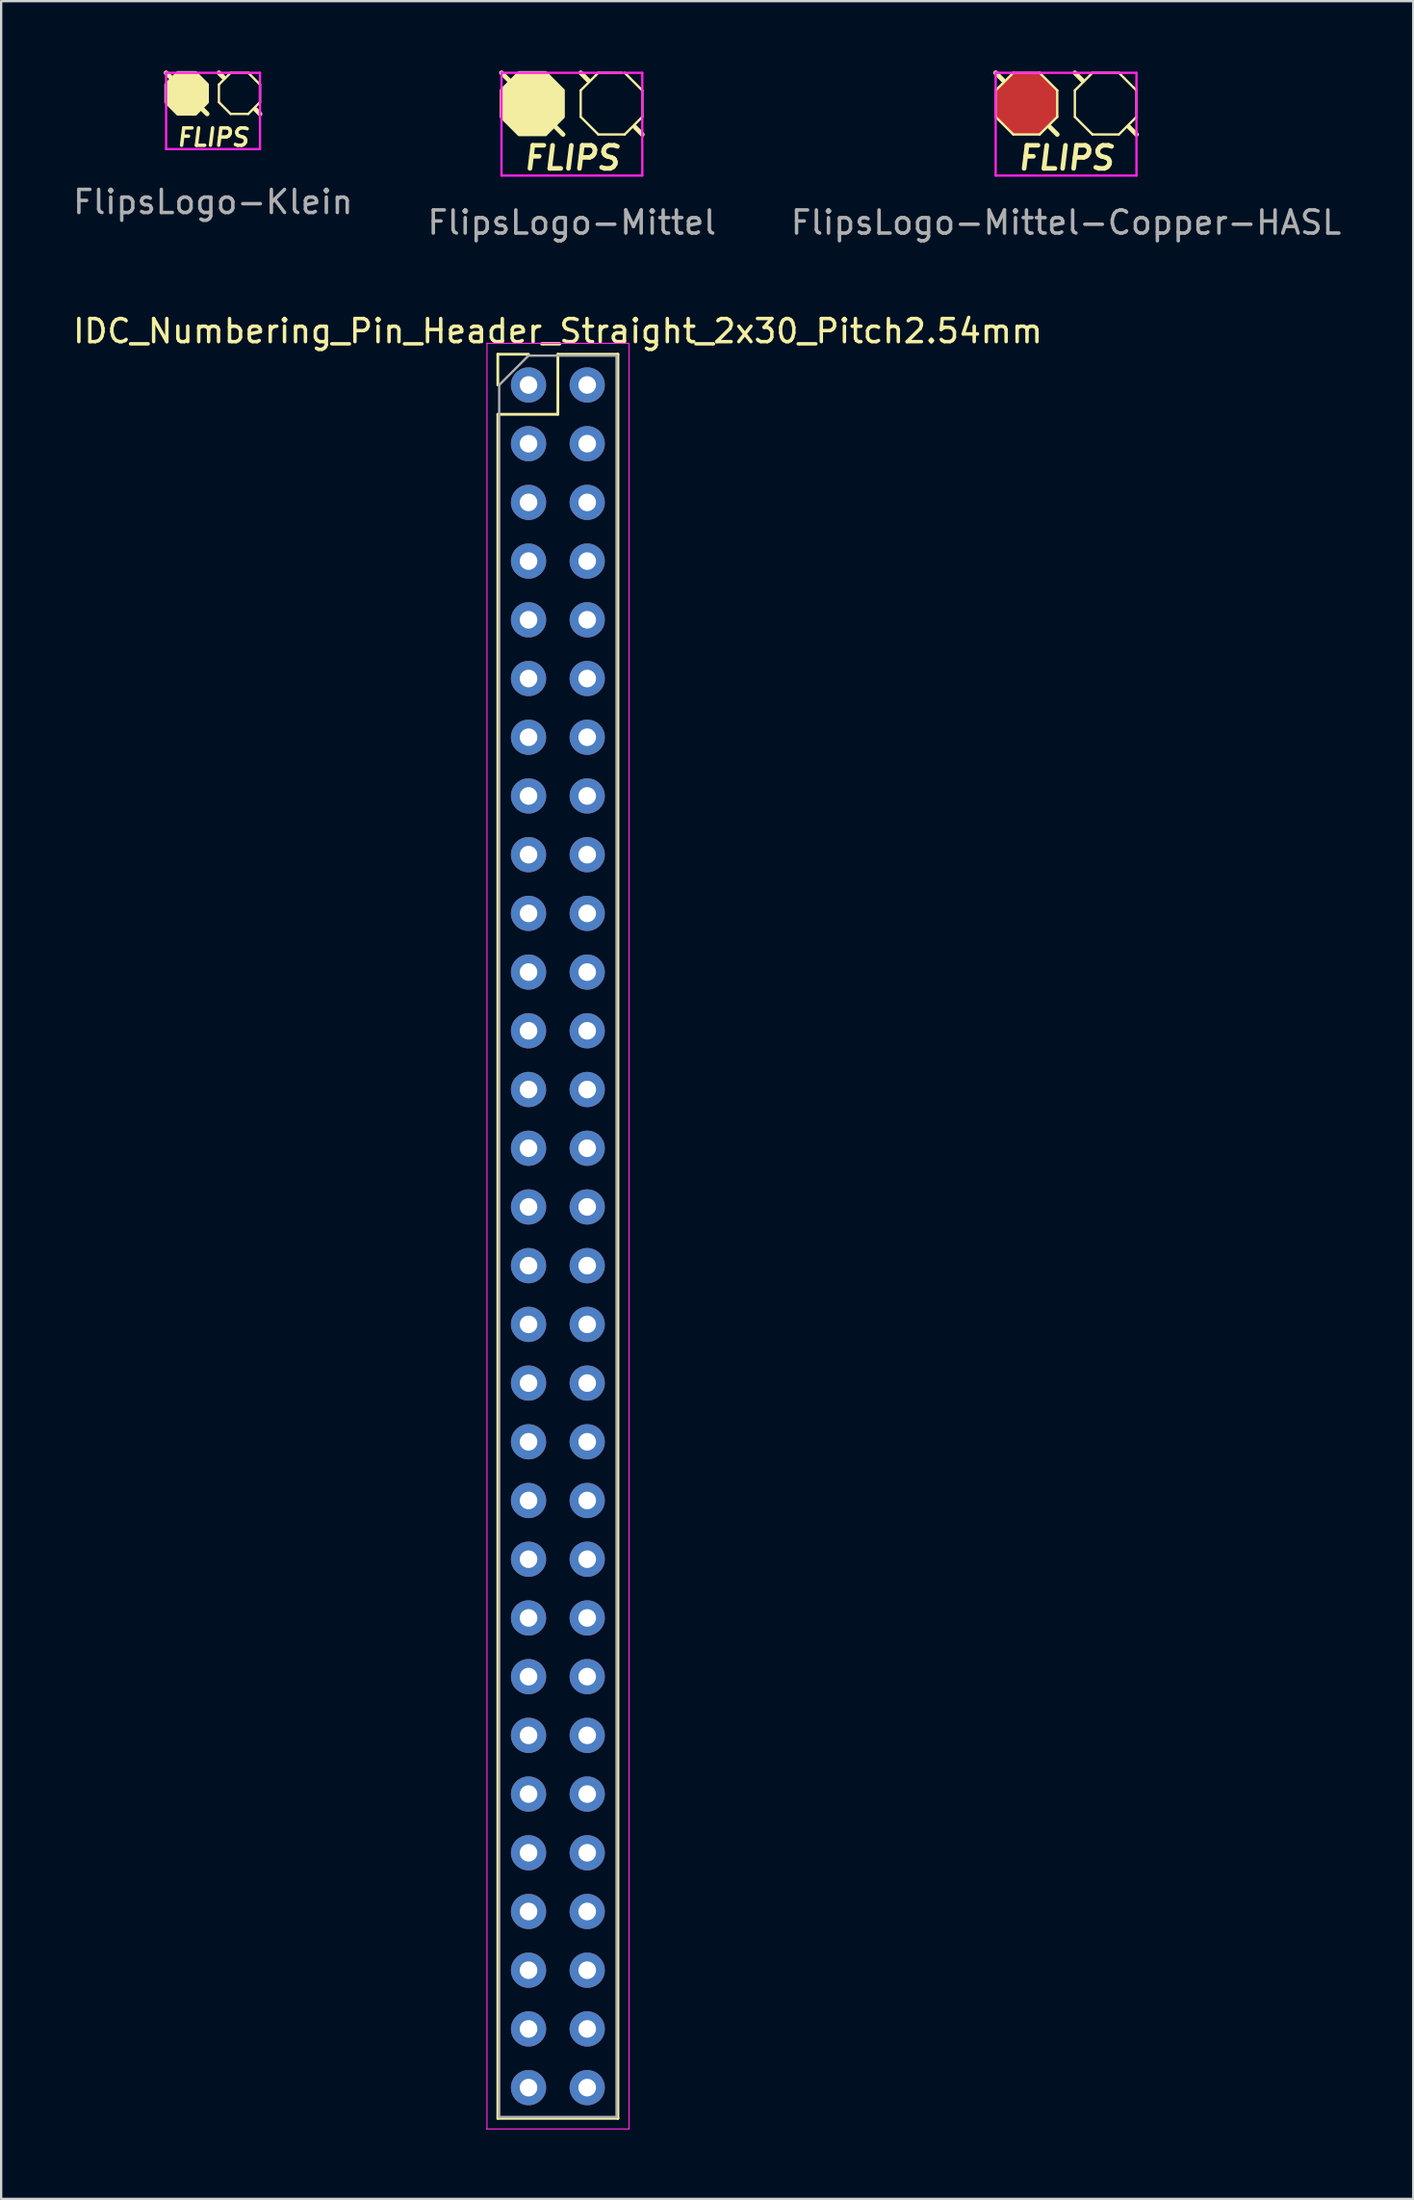
<source format=kicad_pcb>
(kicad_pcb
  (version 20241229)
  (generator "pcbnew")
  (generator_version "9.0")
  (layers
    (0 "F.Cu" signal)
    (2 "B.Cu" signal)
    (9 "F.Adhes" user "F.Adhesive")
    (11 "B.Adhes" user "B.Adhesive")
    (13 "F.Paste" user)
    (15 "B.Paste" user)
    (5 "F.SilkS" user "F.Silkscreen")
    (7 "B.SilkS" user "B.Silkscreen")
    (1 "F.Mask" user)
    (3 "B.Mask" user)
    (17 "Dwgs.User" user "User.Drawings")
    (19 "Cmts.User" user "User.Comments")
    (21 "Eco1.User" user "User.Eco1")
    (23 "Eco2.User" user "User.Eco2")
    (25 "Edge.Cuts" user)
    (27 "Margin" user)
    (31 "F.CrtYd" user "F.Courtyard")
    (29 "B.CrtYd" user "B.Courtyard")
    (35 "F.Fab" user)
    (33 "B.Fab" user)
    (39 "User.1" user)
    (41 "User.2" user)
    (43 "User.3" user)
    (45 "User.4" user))
  (footprint "FlipsLogo-Klein"
    (layer "F.Cu")
    (at 6.173 1.878)
    (property "Reference" "FlipsLogo-Klein" (at 0 3.81 0) (layer "F.Fab") (effects (font (size 1 1) (thickness 0.15))))
    (attr through_hole)
    (fp_line (start -2.032 -1.778) (end -1.778 -1.524) (stroke (width 0.2) (type solid)) (layer "F.SilkS"))
    (fp_line (start -0.508 -0.254) (end -0.254 0) (stroke (width 0.2) (type solid)) (layer "F.SilkS"))
    (fp_line (start 0.254 -1.778) (end 0.445 -1.587) (stroke (width 0.2) (type solid)) (layer "F.SilkS"))
    (fp_line (start 0.254 -1.27) (end 0.254 -0.508) (stroke (width 0.1) (type solid)) (layer "F.SilkS"))
    (fp_line (start 0.254 -0.508) (end 0.762 0) (stroke (width 0.1) (type solid)) (layer "F.SilkS"))
    (fp_line (start 0.762 -1.778) (end 0.254 -1.27) (stroke (width 0.1) (type solid)) (layer "F.SilkS"))
    (fp_line (start 0.762 0) (end 1.524 0) (stroke (width 0.1) (type solid)) (layer "F.SilkS"))
    (fp_line (start 1.524 -1.778) (end 0.762 -1.778) (stroke (width 0.1) (type solid)) (layer "F.SilkS"))
    (fp_line (start 1.524 0) (end 2.032 -0.508) (stroke (width 0.1) (type solid)) (layer "F.SilkS"))
    (fp_line (start 2.032 -1.27) (end 1.524 -1.778) (stroke (width 0.1) (type solid)) (layer "F.SilkS"))
    (fp_line (start 2.032 -0.508) (end 2.032 -1.27) (stroke (width 0.1) (type solid)) (layer "F.SilkS"))
    (fp_line (start 2.032 0) (end 1.841 -0.191) (stroke (width 0.2) (type solid)) (layer "F.SilkS"))
    (fp_poly (pts (xy -0.254 -1.27) (xy -0.254 -0.508) (xy -0.762 0) (xy -1.524 0) (xy -2.032 -0.508) (xy -2.032 -1.27) (xy -1.524 -1.778) (xy -0.762 -1.778)) (stroke (width 0.15) (type solid)) (fill yes) (layer "F.SilkS"))
    (fp_line (start -2.032 -1.778) (end 2.032 -1.778) (stroke (width 0.1) (type solid)) (layer "F.CrtYd"))
    (fp_line (start -2.032 1.524) (end -2.032 -1.778) (stroke (width 0.1) (type solid)) (layer "F.CrtYd"))
    (fp_line (start 2.032 -1.778) (end 2.032 1.524) (stroke (width 0.1) (type solid)) (layer "F.CrtYd"))
    (fp_line (start 2.032 1.524) (end -2.032 1.524) (stroke (width 0.1) (type solid)) (layer "F.CrtYd"))
    (fp_text user "FLIPS" (at 0 1.016 0) (layer "F.SilkS") (effects (font (size 0.75 0.75) (thickness 0.15) (italic yes)))))
  (footprint "FlipsLogo-Mittel-Copper-HASL"
    (layer "F.Cu")
    (at 43.101 2.767)
    (property "Reference" "FlipsLogo-Mittel-Copper-HASL" (at 0 3.81 0) (layer "F.Fab") (effects (font (size 1 1) (thickness 0.15))))
    (attr through_hole)
    (fp_poly (pts (xy -3.048 -1.905) (xy -2.286 -2.667) (xy -1.143 -2.667) (xy -0.381 -1.905) (xy -0.381 -0.762) (xy -1.143 0) (xy -2.286 0) (xy -3.048 -0.762)) (stroke (width 0) (type solid)) (fill yes) (layer "F.Cu"))
    (fp_poly (pts (xy -3.048 -1.905) (xy -2.286 -2.667) (xy -1.143 -2.667) (xy -0.381 -1.905) (xy -0.381 -0.762) (xy -1.143 0) (xy -2.286 0) (xy -3.048 -0.762)) (stroke (width 0) (type solid)) (fill yes) (layer "F.Mask"))
    (fp_poly (pts (xy 0.381 -1.905) (xy 1.143 -2.667) (xy 2.286 -2.667) (xy 3.048 -1.905) (xy 3.048 -0.762) (xy 2.286 0) (xy 1.143 0) (xy 0.381 -0.762)) (stroke (width 0) (type solid)) (fill yes) (layer "F.Mask"))
    (fp_line (start -3.048 -2.667) (end -2.718 -2.337) (stroke (width 0.2) (type solid)) (layer "F.SilkS"))
    (fp_line (start -3.048 -1.905) (end -2.286 -2.667) (stroke (width 0.1) (type solid)) (layer "F.SilkS"))
    (fp_line (start -3.048 -0.762) (end -3.048 -1.905) (stroke (width 0.1) (type solid)) (layer "F.SilkS"))
    (fp_line (start -2.286 -2.667) (end -1.143 -2.667) (stroke (width 0.1) (type solid)) (layer "F.SilkS"))
    (fp_line (start -2.286 0) (end -3.048 -0.762) (stroke (width 0.1) (type solid)) (layer "F.SilkS"))
    (fp_line (start -1.143 -2.667) (end -0.381 -1.905) (stroke (width 0.1) (type solid)) (layer "F.SilkS"))
    (fp_line (start -1.143 0) (end -2.286 0) (stroke (width 0.1) (type solid)) (layer "F.SilkS"))
    (fp_line (start -0.381 -1.905) (end -0.381 -0.762) (stroke (width 0.1) (type solid)) (layer "F.SilkS"))
    (fp_line (start -0.381 -0.762) (end -1.143 0) (stroke (width 0.1) (type solid)) (layer "F.SilkS"))
    (fp_line (start -0.381 0) (end -0.699 -0.318) (stroke (width 0.2) (type solid)) (layer "F.SilkS"))
    (fp_line (start 0.381 -2.667) (end 0.711 -2.337) (stroke (width 0.2) (type solid)) (layer "F.SilkS"))
    (fp_line (start 0.381 -1.905) (end 0.381 -0.762) (stroke (width 0.1) (type solid)) (layer "F.SilkS"))
    (fp_line (start 0.381 -0.762) (end 1.143 0) (stroke (width 0.1) (type solid)) (layer "F.SilkS"))
    (fp_line (start 1.143 -2.667) (end 0.381 -1.905) (stroke (width 0.1) (type solid)) (layer "F.SilkS"))
    (fp_line (start 1.143 0) (end 2.286 0) (stroke (width 0.1) (type solid)) (layer "F.SilkS"))
    (fp_line (start 2.286 -2.667) (end 1.143 -2.667) (stroke (width 0.1) (type solid)) (layer "F.SilkS"))
    (fp_line (start 2.286 0) (end 3.048 -0.762) (stroke (width 0.1) (type solid)) (layer "F.SilkS"))
    (fp_line (start 3.048 -1.905) (end 2.286 -2.667) (stroke (width 0.1) (type solid)) (layer "F.SilkS"))
    (fp_line (start 3.048 -0.762) (end 3.048 -1.905) (stroke (width 0.1) (type solid)) (layer "F.SilkS"))
    (fp_line (start 3.048 0) (end 2.731 -0.318) (stroke (width 0.2) (type solid)) (layer "F.SilkS"))
    (fp_poly (pts (xy -3.048 -1.905) (xy -2.286 -2.667) (xy -1.143 -2.667) (xy -0.381 -1.905) (xy -0.381 -0.762) (xy -1.143 0) (xy -2.286 0) (xy -3.048 -0.762)) (stroke (width 0) (type solid)) (fill yes) (layer "F.Paste"))
    (fp_line (start -3.048 -2.667) (end 3.048 -2.667) (stroke (width 0.1) (type solid)) (layer "F.CrtYd"))
    (fp_line (start -3.048 1.778) (end -3.048 -2.667) (stroke (width 0.1) (type solid)) (layer "F.CrtYd"))
    (fp_line (start 3.048 -2.667) (end 3.048 1.778) (stroke (width 0.1) (type solid)) (layer "F.CrtYd"))
    (fp_line (start 3.048 1.778) (end -3.048 1.778) (stroke (width 0.1) (type solid)) (layer "F.CrtYd"))
    (fp_text user "FLIPS" (at 0 1.016 0) (layer "F.SilkS") (effects (font (size 1 1) (thickness 0.2) (italic yes)))))
  (footprint "FlipsLogo-Mittel"
    (layer "F.Cu")
    (at 21.708 2.767)
    (property "Reference" "FlipsLogo-Mittel" (at 0 3.81 0) (layer "F.Fab") (effects (font (size 1 1) (thickness 0.15))))
    (attr through_hole)
    (fp_line (start -3.048 -2.667) (end -2.718 -2.337) (stroke (width 0.2) (type solid)) (layer "F.SilkS"))
    (fp_line (start -0.381 0) (end -0.699 -0.318) (stroke (width 0.2) (type solid)) (layer "F.SilkS"))
    (fp_line (start 0.381 -2.667) (end 0.711 -2.337) (stroke (width 0.2) (type solid)) (layer "F.SilkS"))
    (fp_line (start 0.381 -1.905) (end 0.381 -0.762) (stroke (width 0.1) (type solid)) (layer "F.SilkS"))
    (fp_line (start 0.381 -0.762) (end 1.143 0) (stroke (width 0.1) (type solid)) (layer "F.SilkS"))
    (fp_line (start 1.143 -2.667) (end 0.381 -1.905) (stroke (width 0.1) (type solid)) (layer "F.SilkS"))
    (fp_line (start 1.143 0) (end 2.286 0) (stroke (width 0.1) (type solid)) (layer "F.SilkS"))
    (fp_line (start 2.159 -2.667) (end 1.143 -2.667) (stroke (width 0.1) (type solid)) (layer "F.SilkS"))
    (fp_line (start 2.286 0) (end 3.048 -0.762) (stroke (width 0.1) (type solid)) (layer "F.SilkS"))
    (fp_line (start 3.048 -1.905) (end 2.286 -2.667) (stroke (width 0.1) (type solid)) (layer "F.SilkS"))
    (fp_line (start 3.048 -0.762) (end 3.048 -1.905) (stroke (width 0.1) (type solid)) (layer "F.SilkS"))
    (fp_line (start 3.048 0) (end 2.731 -0.318) (stroke (width 0.2) (type solid)) (layer "F.SilkS"))
    (fp_poly (pts (xy -0.381 -1.905) (xy -0.381 -0.762) (xy -1.143 0) (xy -2.286 0) (xy -3.048 -0.762) (xy -3.048 -1.905) (xy -2.286 -2.667) (xy -1.143 -2.667)) (stroke (width 0.15) (type solid)) (fill yes) (layer "F.SilkS"))
    (fp_line (start -3.048 -2.667) (end 3.048 -2.667) (stroke (width 0.1) (type solid)) (layer "F.CrtYd"))
    (fp_line (start -3.048 1.778) (end -3.048 -2.667) (stroke (width 0.1) (type solid)) (layer "F.CrtYd"))
    (fp_line (start 3.048 -2.667) (end 3.048 1.778) (stroke (width 0.1) (type solid)) (layer "F.CrtYd"))
    (fp_line (start 3.048 1.778) (end -3.048 1.778) (stroke (width 0.1) (type solid)) (layer "F.CrtYd"))
    (fp_text user "FLIPS" (at 0 1.016 0) (layer "F.SilkS") (effects (font (size 1 1) (thickness 0.2) (italic yes)))))
  (footprint "IDC_Numbering_Pin_Header_Straight_2x30_Pitch2.54mm"
    (layer "F.Cu")
    (at 19.831 13.604)
    (property "Reference" "IDC_Numbering_Pin_Header_Straight_2x30_Pitch2.54mm" (at 1.27 -2.33 0) (layer "F.SilkS") (effects (font (size 1 1) (thickness 0.15))))
    (attr through_hole)
    (fp_line (start -1.33 -1.33) (end 0 -1.33) (stroke (width 0.12) (type solid)) (layer "F.SilkS"))
    (fp_line (start -1.33 0) (end -1.33 -1.33) (stroke (width 0.12) (type solid)) (layer "F.SilkS"))
    (fp_line (start -1.33 1.27) (end -1.33 74.99) (stroke (width 0.12) (type solid)) (layer "F.SilkS"))
    (fp_line (start -1.33 1.27) (end 1.27 1.27) (stroke (width 0.12) (type solid)) (layer "F.SilkS"))
    (fp_line (start -1.33 74.99) (end 3.87 74.99) (stroke (width 0.12) (type solid)) (layer "F.SilkS"))
    (fp_line (start 1.27 -1.33) (end 3.87 -1.33) (stroke (width 0.12) (type solid)) (layer "F.SilkS"))
    (fp_line (start 1.27 1.27) (end 1.27 -1.33) (stroke (width 0.12) (type solid)) (layer "F.SilkS"))
    (fp_line (start 3.87 -1.33) (end 3.87 74.99) (stroke (width 0.12) (type solid)) (layer "F.SilkS"))
    (fp_line (start -1.8 -1.8) (end -1.8 75.45) (stroke (width 0.05) (type solid)) (layer "F.CrtYd"))
    (fp_line (start -1.8 75.45) (end 4.35 75.45) (stroke (width 0.05) (type solid)) (layer "F.CrtYd"))
    (fp_line (start 4.35 -1.8) (end -1.8 -1.8) (stroke (width 0.05) (type solid)) (layer "F.CrtYd"))
    (fp_line (start 4.35 75.45) (end 4.35 -1.8) (stroke (width 0.05) (type solid)) (layer "F.CrtYd"))
    (fp_line (start -1.27 0) (end 0 -1.27) (stroke (width 0.1) (type solid)) (layer "F.Fab"))
    (fp_line (start -1.27 74.93) (end -1.27 0) (stroke (width 0.1) (type solid)) (layer "F.Fab"))
    (fp_line (start 0 -1.27) (end 3.81 -1.27) (stroke (width 0.1) (type solid)) (layer "F.Fab"))
    (fp_line (start 3.81 -1.27) (end 3.81 74.93) (stroke (width 0.1) (type solid)) (layer "F.Fab"))
    (fp_line (start 3.81 74.93) (end -1.27 74.93) (stroke (width 0.1) (type solid)) (layer "F.Fab"))
    (pad "1" thru_hole circle (at 0 0) (size 1.524 1.524) (drill 0.762) (layers "*.Cu" "*.Mask"))
    (pad "2" thru_hole circle (at 0 2.54) (size 1.524 1.524) (drill 0.762) (layers "*.Cu" "*.Mask"))
    (pad "3" thru_hole circle (at 0 5.08) (size 1.524 1.524) (drill 0.762) (layers "*.Cu" "*.Mask"))
    (pad "4" thru_hole circle (at 0 7.62) (size 1.524 1.524) (drill 0.762) (layers "*.Cu" "*.Mask"))
    (pad "5" thru_hole circle (at 0 10.16) (size 1.524 1.524) (drill 0.762) (layers "*.Cu" "*.Mask"))
    (pad "6" thru_hole circle (at 0 12.7) (size 1.524 1.524) (drill 0.762) (layers "*.Cu" "*.Mask"))
    (pad "7" thru_hole circle (at 0 15.24) (size 1.524 1.524) (drill 0.762) (layers "*.Cu" "*.Mask"))
    (pad "8" thru_hole circle (at 0 17.78) (size 1.524 1.524) (drill 0.762) (layers "*.Cu" "*.Mask"))
    (pad "9" thru_hole circle (at 0 20.32) (size 1.524 1.524) (drill 0.762) (layers "*.Cu" "*.Mask"))
    (pad "10" thru_hole circle (at 0 22.86) (size 1.524 1.524) (drill 0.762) (layers "*.Cu" "*.Mask"))
    (pad "11" thru_hole circle (at 0 25.4) (size 1.524 1.524) (drill 0.762) (layers "*.Cu" "*.Mask"))
    (pad "12" thru_hole circle (at 0 27.94) (size 1.524 1.524) (drill 0.762) (layers "*.Cu" "*.Mask"))
    (pad "13" thru_hole circle (at 0 30.48) (size 1.524 1.524) (drill 0.762) (layers "*.Cu" "*.Mask"))
    (pad "14" thru_hole circle (at 0 33.02) (size 1.524 1.524) (drill 0.762) (layers "*.Cu" "*.Mask"))
    (pad "15" thru_hole circle (at 0 35.56) (size 1.524 1.524) (drill 0.762) (layers "*.Cu" "*.Mask"))
    (pad "16" thru_hole circle (at 0 38.1) (size 1.524 1.524) (drill 0.762) (layers "*.Cu" "*.Mask"))
    (pad "17" thru_hole circle (at 0 40.64) (size 1.524 1.524) (drill 0.762) (layers "*.Cu" "*.Mask"))
    (pad "18" thru_hole circle (at 0 43.18) (size 1.524 1.524) (drill 0.762) (layers "*.Cu" "*.Mask"))
    (pad "19" thru_hole circle (at 0 45.72) (size 1.524 1.524) (drill 0.762) (layers "*.Cu" "*.Mask"))
    (pad "20" thru_hole circle (at 0 48.26) (size 1.524 1.524) (drill 0.762) (layers "*.Cu" "*.Mask"))
    (pad "21" thru_hole circle (at 0 50.8) (size 1.524 1.524) (drill 0.762) (layers "*.Cu" "*.Mask"))
    (pad "22" thru_hole circle (at 0 53.34) (size 1.524 1.524) (drill 0.762) (layers "*.Cu" "*.Mask"))
    (pad "23" thru_hole circle (at 0 55.88) (size 1.524 1.524) (drill 0.762) (layers "*.Cu" "*.Mask"))
    (pad "24" thru_hole circle (at 0 58.42) (size 1.524 1.524) (drill 0.762) (layers "*.Cu" "*.Mask"))
    (pad "25" thru_hole circle (at 0 60.96) (size 1.524 1.524) (drill 0.762) (layers "*.Cu" "*.Mask"))
    (pad "26" thru_hole circle (at 0 63.5) (size 1.524 1.524) (drill 0.762) (layers "*.Cu" "*.Mask"))
    (pad "27" thru_hole circle (at 0 66.04) (size 1.524 1.524) (drill 0.762) (layers "*.Cu" "*.Mask"))
    (pad "28" thru_hole circle (at 0 68.58) (size 1.524 1.524) (drill 0.762) (layers "*.Cu" "*.Mask"))
    (pad "29" thru_hole circle (at 0 71.12) (size 1.524 1.524) (drill 0.762) (layers "*.Cu" "*.Mask"))
    (pad "30" thru_hole circle (at 0 73.66) (size 1.524 1.524) (drill 0.762) (layers "*.Cu" "*.Mask"))
    (pad "31" thru_hole circle (at 2.54 0) (size 1.524 1.524) (drill 0.762) (layers "*.Cu" "*.Mask"))
    (pad "32" thru_hole circle (at 2.54 2.54) (size 1.524 1.524) (drill 0.762) (layers "*.Cu" "*.Mask"))
    (pad "33" thru_hole circle (at 2.54 5.08) (size 1.524 1.524) (drill 0.762) (layers "*.Cu" "*.Mask"))
    (pad "34" thru_hole circle (at 2.54 7.62) (size 1.524 1.524) (drill 0.762) (layers "*.Cu" "*.Mask"))
    (pad "35" thru_hole circle (at 2.54 10.16) (size 1.524 1.524) (drill 0.762) (layers "*.Cu" "*.Mask"))
    (pad "36" thru_hole circle (at 2.54 12.7) (size 1.524 1.524) (drill 0.762) (layers "*.Cu" "*.Mask"))
    (pad "37" thru_hole circle (at 2.54 15.24) (size 1.524 1.524) (drill 0.762) (layers "*.Cu" "*.Mask"))
    (pad "38" thru_hole circle (at 2.54 17.78) (size 1.524 1.524) (drill 0.762) (layers "*.Cu" "*.Mask"))
    (pad "39" thru_hole circle (at 2.54 20.32) (size 1.524 1.524) (drill 0.762) (layers "*.Cu" "*.Mask"))
    (pad "40" thru_hole circle (at 2.54 22.86) (size 1.524 1.524) (drill 0.762) (layers "*.Cu" "*.Mask"))
    (pad "41" thru_hole circle (at 2.54 25.4) (size 1.524 1.524) (drill 0.762) (layers "*.Cu" "*.Mask"))
    (pad "42" thru_hole circle (at 2.54 27.94) (size 1.524 1.524) (drill 0.762) (layers "*.Cu" "*.Mask"))
    (pad "43" thru_hole circle (at 2.54 30.48) (size 1.524 1.524) (drill 0.762) (layers "*.Cu" "*.Mask"))
    (pad "44" thru_hole circle (at 2.54 33.02) (size 1.524 1.524) (drill 0.762) (layers "*.Cu" "*.Mask"))
    (pad "45" thru_hole circle (at 2.54 35.56) (size 1.524 1.524) (drill 0.762) (layers "*.Cu" "*.Mask"))
    (pad "46" thru_hole circle (at 2.54 38.1) (size 1.524 1.524) (drill 0.762) (layers "*.Cu" "*.Mask"))
    (pad "47" thru_hole circle (at 2.54 40.64) (size 1.524 1.524) (drill 0.762) (layers "*.Cu" "*.Mask"))
    (pad "48" thru_hole circle (at 2.54 43.18) (size 1.524 1.524) (drill 0.762) (layers "*.Cu" "*.Mask"))
    (pad "49" thru_hole circle (at 2.54 45.72) (size 1.524 1.524) (drill 0.762) (layers "*.Cu" "*.Mask"))
    (pad "50" thru_hole circle (at 2.54 48.26) (size 1.524 1.524) (drill 0.762) (layers "*.Cu" "*.Mask"))
    (pad "51" thru_hole circle (at 2.54 50.8) (size 1.524 1.524) (drill 0.762) (layers "*.Cu" "*.Mask"))
    (pad "52" thru_hole circle (at 2.54 53.34) (size 1.524 1.524) (drill 0.762) (layers "*.Cu" "*.Mask"))
    (pad "53" thru_hole circle (at 2.54 55.88) (size 1.524 1.524) (drill 0.762) (layers "*.Cu" "*.Mask"))
    (pad "54" thru_hole circle (at 2.54 58.42) (size 1.524 1.524) (drill 0.762) (layers "*.Cu" "*.Mask"))
    (pad "55" thru_hole circle (at 2.54 60.96) (size 1.524 1.524) (drill 0.762) (layers "*.Cu" "*.Mask"))
    (pad "56" thru_hole circle (at 2.54 63.5) (size 1.524 1.524) (drill 0.762) (layers "*.Cu" "*.Mask"))
    (pad "57" thru_hole circle (at 2.54 66.04) (size 1.524 1.524) (drill 0.762) (layers "*.Cu" "*.Mask"))
    (pad "58" thru_hole circle (at 2.54 68.58) (size 1.524 1.524) (drill 0.762) (layers "*.Cu" "*.Mask"))
    (pad "59" thru_hole circle (at 2.54 71.12) (size 1.524 1.524) (drill 0.762) (layers "*.Cu" "*.Mask"))
    (pad "60" thru_hole circle (at 2.54 73.66) (size 1.524 1.524) (drill 0.762) (layers "*.Cu" "*.Mask")))
  (gr_rect
    (start -3 -3)
    (end 58.131 92.079)
    (stroke (width 0.1) (type default))
    (fill no)
    (layer "Edge.Cuts")))
</source>
